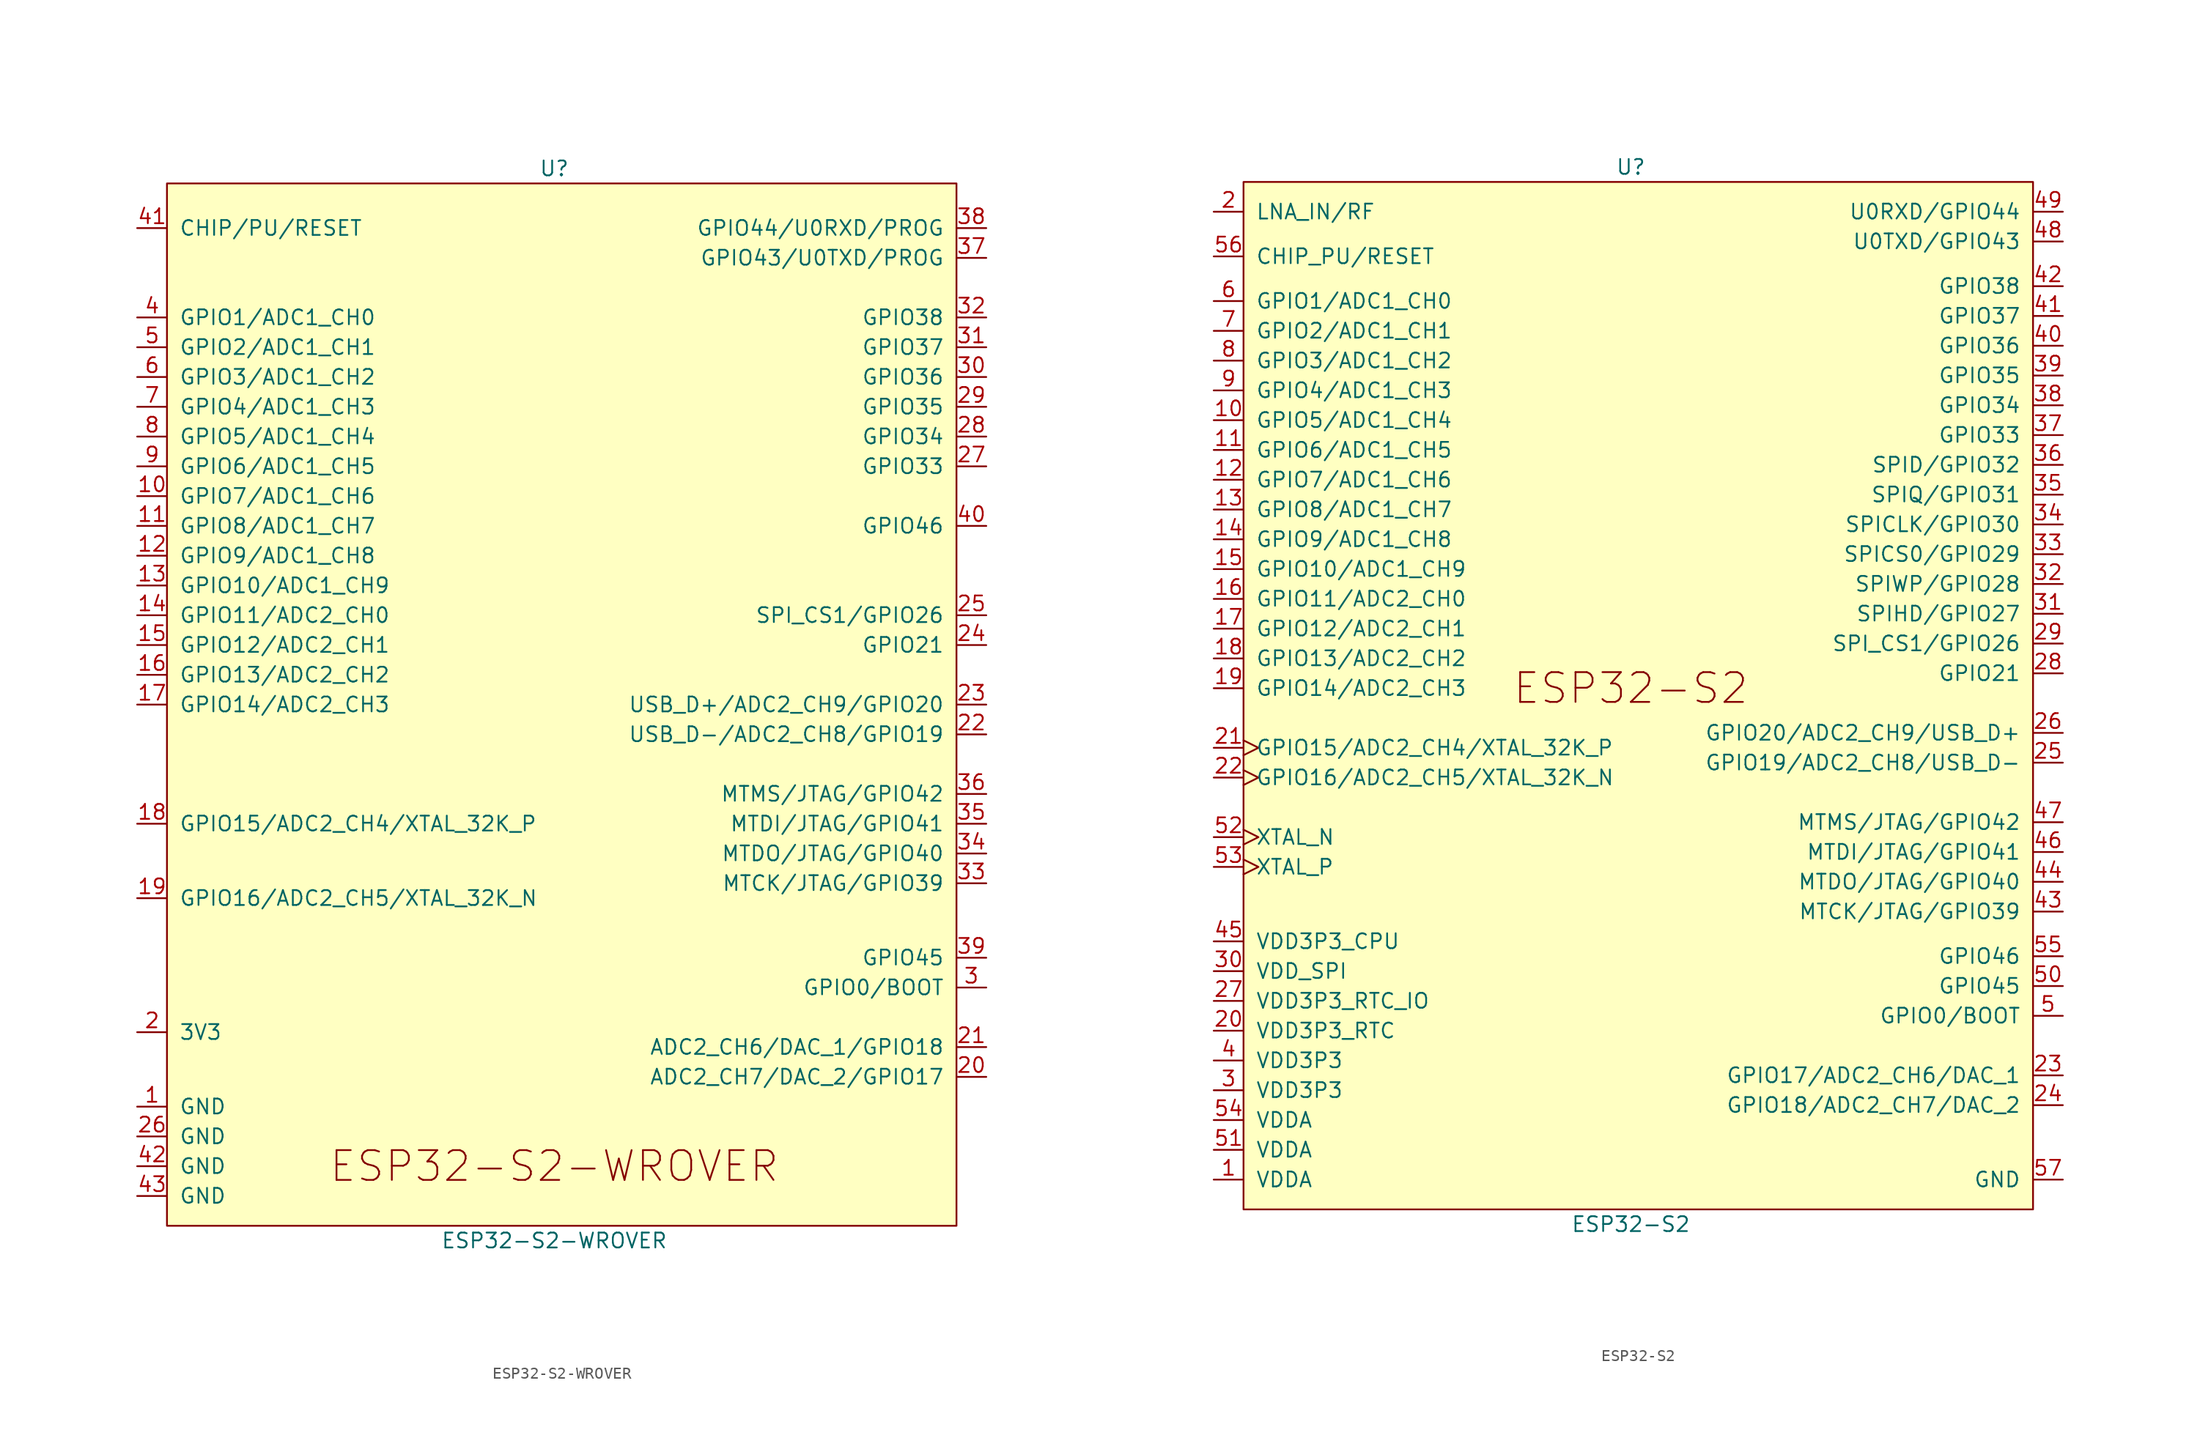
<source format=kicad_sym>
(kicad_symbol_lib
  (version 20220914)
  (generator kicad_symbol_editor)
  (symbol "ESP32-S2-WROVER"
    (pin_names
      (offset 1.016))
    (property "Reference" "U"
      (at 0 45.72 0)
      (effects (font (size 1.27 1.27))))
    (property "Value" "ESP32-S2-WROVER"
      (at 0 -45.72 0)
      (effects (font (size 1.27 1.27))))
    (symbol "ESP32-S2-WROVER_0_0"
      (rectangle (start -33.02 44.45) (end 34.29 -44.45) (stroke (width 0) (type default)) (fill (type background)))
      (text "ESP32-S2-WROVER" (at 0 -39.37 0) (effects (font (size 2.54 2.54))))
      (pin power_in line (at -35.56 -34.29 0) (length 2.54) (name "GND" (effects (font (size 1.27 1.27)))) (number "1" (effects (font (size 1.27 1.27)))))
      (pin bidirectional line (at -35.56 17.78 0) (length 2.54) (name "GPIO7/ADC1_CH6" (effects (font (size 1.27 1.27)))) (number "10" (effects (font (size 1.27 1.27)))))
      (pin bidirectional line (at -35.56 15.24 0) (length 2.54) (name "GPIO8/ADC1_CH7" (effects (font (size 1.27 1.27)))) (number "11" (effects (font (size 1.27 1.27)))))
      (pin bidirectional line (at -35.56 12.7 0) (length 2.54) (name "GPIO9/ADC1_CH8" (effects (font (size 1.27 1.27)))) (number "12" (effects (font (size 1.27 1.27)))))
      (pin bidirectional line (at -35.56 10.16 0) (length 2.54) (name "GPIO10/ADC1_CH9" (effects (font (size 1.27 1.27)))) (number "13" (effects (font (size 1.27 1.27)))))
      (pin bidirectional line (at -35.56 7.62 0) (length 2.54) (name "GPIO11/ADC2_CH0" (effects (font (size 1.27 1.27)))) (number "14" (effects (font (size 1.27 1.27)))))
      (pin bidirectional line (at -35.56 5.08 0) (length 2.54) (name "GPIO12/ADC2_CH1" (effects (font (size 1.27 1.27)))) (number "15" (effects (font (size 1.27 1.27)))))
      (pin bidirectional line (at -35.56 2.54 0) (length 2.54) (name "GPIO13/ADC2_CH2" (effects (font (size 1.27 1.27)))) (number "16" (effects (font (size 1.27 1.27)))))
      (pin bidirectional line (at -35.56 0 0) (length 2.54) (name "GPIO14/ADC2_CH3" (effects (font (size 1.27 1.27)))) (number "17" (effects (font (size 1.27 1.27)))))
      (pin bidirectional line (at -35.56 -10.16 0) (length 2.54) (name "GPIO15/ADC2_CH4/XTAL_32K_P" (effects (font (size 1.27 1.27)))) (number "18" (effects (font (size 1.27 1.27)))))
      (pin bidirectional line (at -35.56 -16.51 0) (length 2.54) (name "GPIO16/ADC2_CH5/XTAL_32K_N" (effects (font (size 1.27 1.27)))) (number "19" (effects (font (size 1.27 1.27)))))
      (pin power_in line (at -35.56 -27.94 0) (length 2.54) (name "3V3" (effects (font (size 1.27 1.27)))) (number "2" (effects (font (size 1.27 1.27)))))
      (pin bidirectional line (at 36.83 -31.75 180) (length 2.54) (name "ADC2_CH7/DAC_2/GPIO17" (effects (font (size 1.27 1.27)))) (number "20" (effects (font (size 1.27 1.27)))))
      (pin bidirectional line (at 36.83 -29.21 180) (length 2.54) (name "ADC2_CH6/DAC_1/GPIO18" (effects (font (size 1.27 1.27)))) (number "21" (effects (font (size 1.27 1.27)))))
      (pin bidirectional line (at 36.83 -2.54 180) (length 2.54) (name "USB_D-/ADC2_CH8/GPIO19" (effects (font (size 1.27 1.27)))) (number "22" (effects (font (size 1.27 1.27)))))
      (pin bidirectional line (at 36.83 0 180) (length 2.54) (name "USB_D+/ADC2_CH9/GPIO20" (effects (font (size 1.27 1.27)))) (number "23" (effects (font (size 1.27 1.27)))))
      (pin bidirectional line (at 36.83 5.08 180) (length 2.54) (name "GPIO21" (effects (font (size 1.27 1.27)))) (number "24" (effects (font (size 1.27 1.27)))))
      (pin bidirectional line (at 36.83 7.62 180) (length 2.54) (name "SPI_CS1/GPIO26" (effects (font (size 1.27 1.27)))) (number "25" (effects (font (size 1.27 1.27)))))
      (pin power_in line (at -35.56 -36.83 0) (length 2.54) (name "GND" (effects (font (size 1.27 1.27)))) (number "26" (effects (font (size 1.27 1.27)))))
      (pin bidirectional line (at 36.83 20.32 180) (length 2.54) (name "GPIO33" (effects (font (size 1.27 1.27)))) (number "27" (effects (font (size 1.27 1.27)))))
      (pin bidirectional line (at 36.83 22.86 180) (length 2.54) (name "GPIO34" (effects (font (size 1.27 1.27)))) (number "28" (effects (font (size 1.27 1.27)))))
      (pin bidirectional line (at 36.83 25.4 180) (length 2.54) (name "GPIO35" (effects (font (size 1.27 1.27)))) (number "29" (effects (font (size 1.27 1.27)))))
      (pin bidirectional line (at 36.83 -24.13 180) (length 2.54) (name "GPIO0/BOOT" (effects (font (size 1.27 1.27)))) (number "3" (effects (font (size 1.27 1.27)))))
      (pin bidirectional line (at 36.83 27.94 180) (length 2.54) (name "GPIO36" (effects (font (size 1.27 1.27)))) (number "30" (effects (font (size 1.27 1.27)))))
      (pin bidirectional line (at 36.83 30.48 180) (length 2.54) (name "GPIO37" (effects (font (size 1.27 1.27)))) (number "31" (effects (font (size 1.27 1.27)))))
      (pin bidirectional line (at 36.83 33.02 180) (length 2.54) (name "GPIO38" (effects (font (size 1.27 1.27)))) (number "32" (effects (font (size 1.27 1.27)))))
      (pin bidirectional line (at 36.83 -15.24 180) (length 2.54) (name "MTCK/JTAG/GPIO39" (effects (font (size 1.27 1.27)))) (number "33" (effects (font (size 1.27 1.27)))))
      (pin bidirectional line (at 36.83 -12.7 180) (length 2.54) (name "MTDO/JTAG/GPIO40" (effects (font (size 1.27 1.27)))) (number "34" (effects (font (size 1.27 1.27)))))
      (pin bidirectional line (at 36.83 -10.16 180) (length 2.54) (name "MTDI/JTAG/GPIO41" (effects (font (size 1.27 1.27)))) (number "35" (effects (font (size 1.27 1.27)))))
      (pin bidirectional line (at 36.83 -7.62 180) (length 2.54) (name "MTMS/JTAG/GPIO42" (effects (font (size 1.27 1.27)))) (number "36" (effects (font (size 1.27 1.27)))))
      (pin bidirectional line (at 36.83 38.1 180) (length 2.54) (name "GPIO43/U0TXD/PROG" (effects (font (size 1.27 1.27)))) (number "37" (effects (font (size 1.27 1.27)))))
      (pin bidirectional line (at 36.83 40.64 180) (length 2.54) (name "GPIO44/U0RXD/PROG" (effects (font (size 1.27 1.27)))) (number "38" (effects (font (size 1.27 1.27)))))
      (pin bidirectional line (at 36.83 -21.59 180) (length 2.54) (name "GPIO45" (effects (font (size 1.27 1.27)))) (number "39" (effects (font (size 1.27 1.27)))))
      (pin bidirectional line (at -35.56 33.02 0) (length 2.54) (name "GPIO1/ADC1_CH0" (effects (font (size 1.27 1.27)))) (number "4" (effects (font (size 1.27 1.27)))))
      (pin input line (at 36.83 15.24 180) (length 2.54) (name "GPIO46" (effects (font (size 1.27 1.27)))) (number "40" (effects (font (size 1.27 1.27)))))
      (pin input line (at -35.56 40.64 0) (length 2.54) (name "CHIP/PU/RESET" (effects (font (size 1.27 1.27)))) (number "41" (effects (font (size 1.27 1.27)))))
      (pin power_in line (at -35.56 -39.37 0) (length 2.54) (name "GND" (effects (font (size 1.27 1.27)))) (number "42" (effects (font (size 1.27 1.27)))))
      (pin power_in line (at -35.56 -41.91 0) (length 2.54) (name "GND" (effects (font (size 1.27 1.27)))) (number "43" (effects (font (size 1.27 1.27)))))
      (pin bidirectional line (at -35.56 30.48 0) (length 2.54) (name "GPIO2/ADC1_CH1" (effects (font (size 1.27 1.27)))) (number "5" (effects (font (size 1.27 1.27)))))
      (pin bidirectional line (at -35.56 27.94 0) (length 2.54) (name "GPIO3/ADC1_CH2" (effects (font (size 1.27 1.27)))) (number "6" (effects (font (size 1.27 1.27)))))
      (pin bidirectional line (at -35.56 25.4 0) (length 2.54) (name "GPIO4/ADC1_CH3" (effects (font (size 1.27 1.27)))) (number "7" (effects (font (size 1.27 1.27)))))
      (pin bidirectional line (at -35.56 22.86 0) (length 2.54) (name "GPIO5/ADC1_CH4" (effects (font (size 1.27 1.27)))) (number "8" (effects (font (size 1.27 1.27)))))
      (pin bidirectional line (at -35.56 20.32 0) (length 2.54) (name "GPIO6/ADC1_CH5" (effects (font (size 1.27 1.27)))) (number "9" (effects (font (size 1.27 1.27)))))))
  (symbol "ESP32-S2"
    (pin_names
      (offset 1.016))
    (property "Reference" "U"
      (at 0 44.45 0)
      (effects (font (size 1.27 1.27))))
    (property "Value" "ESP32-S2"
      (at 0 -45.72 0)
      (effects (font (size 1.27 1.27))))
    (symbol "ESP32-S2_0_0"
      (text "ESP32-S2" (at 0 0 0) (effects (font (size 2.54 2.54)))))
    (symbol "ESP32-S2_0_1"
      (rectangle (start -33.02 43.18) (end 34.29 -44.45) (stroke (width 0) (type default)) (fill (type background))))
    (symbol "ESP32-S2_1_1"
      (pin power_in line (at -35.56 -41.91 0) (length 2.54) (name "VDDA" (effects (font (size 1.27 1.27)))) (number "1" (effects (font (size 1.27 1.27)))))
      (pin bidirectional line (at -35.56 22.86 0) (length 2.54) (name "GPIO5/ADC1_CH4" (effects (font (size 1.27 1.27)))) (number "10" (effects (font (size 1.27 1.27)))))
      (pin bidirectional line (at -35.56 20.32 0) (length 2.54) (name "GPIO6/ADC1_CH5" (effects (font (size 1.27 1.27)))) (number "11" (effects (font (size 1.27 1.27)))))
      (pin bidirectional line (at -35.56 17.78 0) (length 2.54) (name "GPIO7/ADC1_CH6" (effects (font (size 1.27 1.27)))) (number "12" (effects (font (size 1.27 1.27)))))
      (pin bidirectional line (at -35.56 15.24 0) (length 2.54) (name "GPIO8/ADC1_CH7" (effects (font (size 1.27 1.27)))) (number "13" (effects (font (size 1.27 1.27)))))
      (pin bidirectional line (at -35.56 12.7 0) (length 2.54) (name "GPIO9/ADC1_CH8" (effects (font (size 1.27 1.27)))) (number "14" (effects (font (size 1.27 1.27)))))
      (pin bidirectional line (at -35.56 10.16 0) (length 2.54) (name "GPIO10/ADC1_CH9" (effects (font (size 1.27 1.27)))) (number "15" (effects (font (size 1.27 1.27)))))
      (pin bidirectional line (at -35.56 7.62 0) (length 2.54) (name "GPIO11/ADC2_CH0" (effects (font (size 1.27 1.27)))) (number "16" (effects (font (size 1.27 1.27)))))
      (pin bidirectional line (at -35.56 5.08 0) (length 2.54) (name "GPIO12/ADC2_CH1" (effects (font (size 1.27 1.27)))) (number "17" (effects (font (size 1.27 1.27)))))
      (pin bidirectional line (at -35.56 2.54 0) (length 2.54) (name "GPIO13/ADC2_CH2" (effects (font (size 1.27 1.27)))) (number "18" (effects (font (size 1.27 1.27)))))
      (pin bidirectional line (at -35.56 0 0) (length 2.54) (name "GPIO14/ADC2_CH3" (effects (font (size 1.27 1.27)))) (number "19" (effects (font (size 1.27 1.27)))))
      (pin bidirectional line (at -35.56 40.64 0) (length 2.54) (name "LNA_IN/RF" (effects (font (size 1.27 1.27)))) (number "2" (effects (font (size 1.27 1.27)))))
      (pin power_in line (at -35.56 -29.21 0) (length 2.54) (name "VDD3P3_RTC" (effects (font (size 1.27 1.27)))) (number "20" (effects (font (size 1.27 1.27)))))
      (pin bidirectional clock (at -35.56 -5.08 0) (length 2.54) (name "GPIO15/ADC2_CH4/XTAL_32K_P" (effects (font (size 1.27 1.27)))) (number "21" (effects (font (size 1.27 1.27)))))
      (pin bidirectional clock (at -35.56 -7.62 0) (length 2.54) (name "GPIO16/ADC2_CH5/XTAL_32K_N" (effects (font (size 1.27 1.27)))) (number "22" (effects (font (size 1.27 1.27)))))
      (pin bidirectional line (at 36.83 -33.02 180) (length 2.54) (name "GPIO17/ADC2_CH6/DAC_1" (effects (font (size 1.27 1.27)))) (number "23" (effects (font (size 1.27 1.27)))))
      (pin bidirectional line (at 36.83 -35.56 180) (length 2.54) (name "GPIO18/ADC2_CH7/DAC_2" (effects (font (size 1.27 1.27)))) (number "24" (effects (font (size 1.27 1.27)))))
      (pin bidirectional line (at 36.83 -6.35 180) (length 2.54) (name "GPIO19/ADC2_CH8/USB_D-" (effects (font (size 1.27 1.27)))) (number "25" (effects (font (size 1.27 1.27)))))
      (pin bidirectional line (at 36.83 -3.81 180) (length 2.54) (name "GPIO20/ADC2_CH9/USB_D+" (effects (font (size 1.27 1.27)))) (number "26" (effects (font (size 1.27 1.27)))))
      (pin power_in line (at -35.56 -26.67 0) (length 2.54) (name "VDD3P3_RTC_IO" (effects (font (size 1.27 1.27)))) (number "27" (effects (font (size 1.27 1.27)))))
      (pin bidirectional line (at 36.83 1.27 180) (length 2.54) (name "GPIO21" (effects (font (size 1.27 1.27)))) (number "28" (effects (font (size 1.27 1.27)))))
      (pin bidirectional line (at 36.83 3.81 180) (length 2.54) (name "SPI_CS1/GPIO26" (effects (font (size 1.27 1.27)))) (number "29" (effects (font (size 1.27 1.27)))))
      (pin power_in line (at -35.56 -34.29 0) (length 2.54) (name "VDD3P3" (effects (font (size 1.27 1.27)))) (number "3" (effects (font (size 1.27 1.27)))))
      (pin power_in line (at -35.56 -24.13 0) (length 2.54) (name "VDD_SPI" (effects (font (size 1.27 1.27)))) (number "30" (effects (font (size 1.27 1.27)))))
      (pin bidirectional line (at 36.83 6.35 180) (length 2.54) (name "SPIHD/GPIO27" (effects (font (size 1.27 1.27)))) (number "31" (effects (font (size 1.27 1.27)))))
      (pin bidirectional line (at 36.83 8.89 180) (length 2.54) (name "SPIWP/GPIO28" (effects (font (size 1.27 1.27)))) (number "32" (effects (font (size 1.27 1.27)))))
      (pin bidirectional line (at 36.83 11.43 180) (length 2.54) (name "SPICS0/GPIO29" (effects (font (size 1.27 1.27)))) (number "33" (effects (font (size 1.27 1.27)))))
      (pin bidirectional line (at 36.83 13.97 180) (length 2.54) (name "SPICLK/GPIO30" (effects (font (size 1.27 1.27)))) (number "34" (effects (font (size 1.27 1.27)))))
      (pin bidirectional line (at 36.83 16.51 180) (length 2.54) (name "SPIQ/GPIO31" (effects (font (size 1.27 1.27)))) (number "35" (effects (font (size 1.27 1.27)))))
      (pin bidirectional line (at 36.83 19.05 180) (length 2.54) (name "SPID/GPIO32" (effects (font (size 1.27 1.27)))) (number "36" (effects (font (size 1.27 1.27)))))
      (pin bidirectional line (at 36.83 21.59 180) (length 2.54) (name "GPIO33" (effects (font (size 1.27 1.27)))) (number "37" (effects (font (size 1.27 1.27)))))
      (pin bidirectional line (at 36.83 24.13 180) (length 2.54) (name "GPIO34" (effects (font (size 1.27 1.27)))) (number "38" (effects (font (size 1.27 1.27)))))
      (pin bidirectional line (at 36.83 26.67 180) (length 2.54) (name "GPIO35" (effects (font (size 1.27 1.27)))) (number "39" (effects (font (size 1.27 1.27)))))
      (pin power_in line (at -35.56 -31.75 0) (length 2.54) (name "VDD3P3" (effects (font (size 1.27 1.27)))) (number "4" (effects (font (size 1.27 1.27)))))
      (pin bidirectional line (at 36.83 29.21 180) (length 2.54) (name "GPIO36" (effects (font (size 1.27 1.27)))) (number "40" (effects (font (size 1.27 1.27)))))
      (pin bidirectional line (at 36.83 31.75 180) (length 2.54) (name "GPIO37" (effects (font (size 1.27 1.27)))) (number "41" (effects (font (size 1.27 1.27)))))
      (pin bidirectional line (at 36.83 34.29 180) (length 2.54) (name "GPIO38" (effects (font (size 1.27 1.27)))) (number "42" (effects (font (size 1.27 1.27)))))
      (pin input line (at 36.83 -19.05 180) (length 2.54) (name "MTCK/JTAG/GPIO39" (effects (font (size 1.27 1.27)))) (number "43" (effects (font (size 1.27 1.27)))))
      (pin output line (at 36.83 -16.51 180) (length 2.54) (name "MTDO/JTAG/GPIO40" (effects (font (size 1.27 1.27)))) (number "44" (effects (font (size 1.27 1.27)))))
      (pin power_in line (at -35.56 -21.59 0) (length 2.54) (name "VDD3P3_CPU" (effects (font (size 1.27 1.27)))) (number "45" (effects (font (size 1.27 1.27)))))
      (pin input line (at 36.83 -13.97 180) (length 2.54) (name "MTDI/JTAG/GPIO41" (effects (font (size 1.27 1.27)))) (number "46" (effects (font (size 1.27 1.27)))))
      (pin output line (at 36.83 -11.43 180) (length 2.54) (name "MTMS/JTAG/GPIO42" (effects (font (size 1.27 1.27)))) (number "47" (effects (font (size 1.27 1.27)))))
      (pin bidirectional line (at 36.83 38.1 180) (length 2.54) (name "U0TXD/GPIO43" (effects (font (size 1.27 1.27)))) (number "48" (effects (font (size 1.27 1.27)))))
      (pin bidirectional line (at 36.83 40.64 180) (length 2.54) (name "U0RXD/GPIO44" (effects (font (size 1.27 1.27)))) (number "49" (effects (font (size 1.27 1.27)))))
      (pin bidirectional line (at 36.83 -27.94 180) (length 2.54) (name "GPIO0/BOOT" (effects (font (size 1.27 1.27)))) (number "5" (effects (font (size 1.27 1.27)))))
      (pin bidirectional line (at 36.83 -25.4 180) (length 2.54) (name "GPIO45" (effects (font (size 1.27 1.27)))) (number "50" (effects (font (size 1.27 1.27)))))
      (pin power_in line (at -35.56 -39.37 0) (length 2.54) (name "VDDA" (effects (font (size 1.27 1.27)))) (number "51" (effects (font (size 1.27 1.27)))))
      (pin bidirectional clock (at -35.56 -12.7 0) (length 2.54) (name "XTAL_N" (effects (font (size 1.27 1.27)))) (number "52" (effects (font (size 1.27 1.27)))))
      (pin bidirectional clock (at -35.56 -15.24 0) (length 2.54) (name "XTAL_P" (effects (font (size 1.27 1.27)))) (number "53" (effects (font (size 1.27 1.27)))))
      (pin power_in line (at -35.56 -36.83 0) (length 2.54) (name "VDDA" (effects (font (size 1.27 1.27)))) (number "54" (effects (font (size 1.27 1.27)))))
      (pin input line (at 36.83 -22.86 180) (length 2.54) (name "GPIO46" (effects (font (size 1.27 1.27)))) (number "55" (effects (font (size 1.27 1.27)))))
      (pin bidirectional line (at -35.56 36.83 0) (length 2.54) (name "CHIP_PU/RESET" (effects (font (size 1.27 1.27)))) (number "56" (effects (font (size 1.27 1.27)))))
      (pin power_in line (at 36.83 -41.91 180) (length 2.54) (name "GND" (effects (font (size 1.27 1.27)))) (number "57" (effects (font (size 1.27 1.27)))))
      (pin bidirectional line (at -35.56 33.02 0) (length 2.54) (name "GPIO1/ADC1_CH0" (effects (font (size 1.27 1.27)))) (number "6" (effects (font (size 1.27 1.27)))))
      (pin bidirectional line (at -35.56 30.48 0) (length 2.54) (name "GPIO2/ADC1_CH1" (effects (font (size 1.27 1.27)))) (number "7" (effects (font (size 1.27 1.27)))))
      (pin bidirectional line (at -35.56 27.94 0) (length 2.54) (name "GPIO3/ADC1_CH2" (effects (font (size 1.27 1.27)))) (number "8" (effects (font (size 1.27 1.27)))))
      (pin bidirectional line (at -35.56 25.4 0) (length 2.54) (name "GPIO4/ADC1_CH3" (effects (font (size 1.27 1.27)))) (number "9" (effects (font (size 1.27 1.27))))))))
</source>
